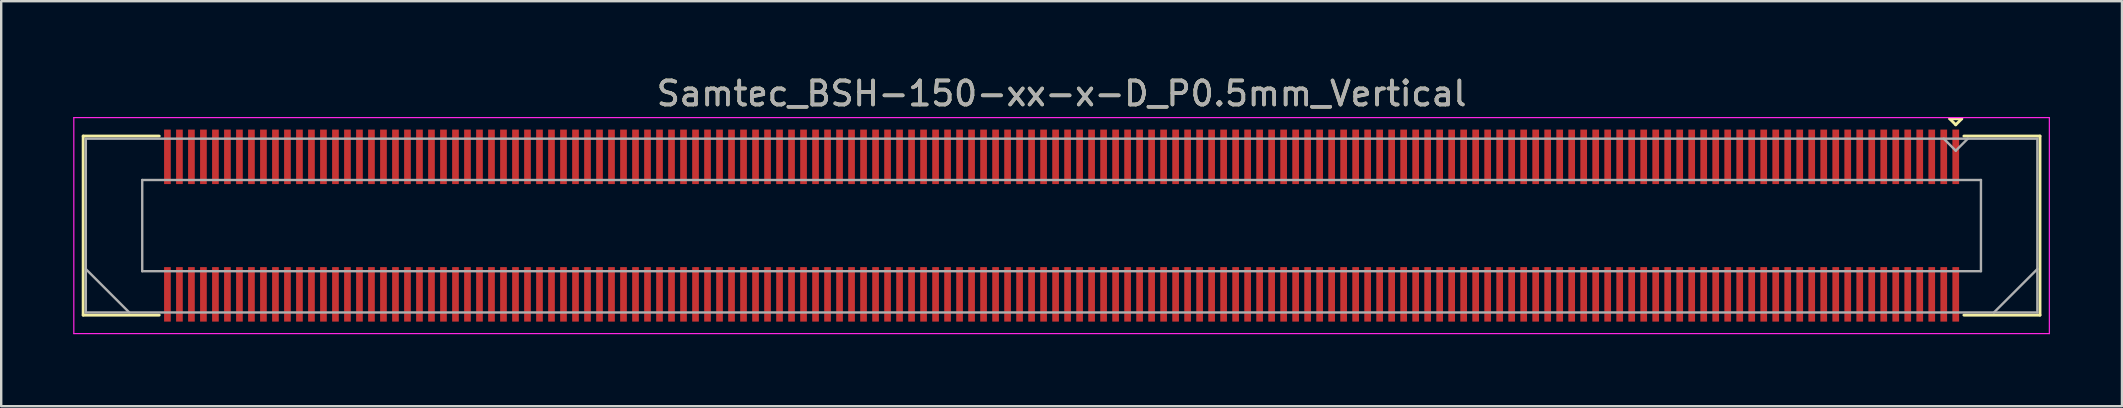
<source format=kicad_pcb>
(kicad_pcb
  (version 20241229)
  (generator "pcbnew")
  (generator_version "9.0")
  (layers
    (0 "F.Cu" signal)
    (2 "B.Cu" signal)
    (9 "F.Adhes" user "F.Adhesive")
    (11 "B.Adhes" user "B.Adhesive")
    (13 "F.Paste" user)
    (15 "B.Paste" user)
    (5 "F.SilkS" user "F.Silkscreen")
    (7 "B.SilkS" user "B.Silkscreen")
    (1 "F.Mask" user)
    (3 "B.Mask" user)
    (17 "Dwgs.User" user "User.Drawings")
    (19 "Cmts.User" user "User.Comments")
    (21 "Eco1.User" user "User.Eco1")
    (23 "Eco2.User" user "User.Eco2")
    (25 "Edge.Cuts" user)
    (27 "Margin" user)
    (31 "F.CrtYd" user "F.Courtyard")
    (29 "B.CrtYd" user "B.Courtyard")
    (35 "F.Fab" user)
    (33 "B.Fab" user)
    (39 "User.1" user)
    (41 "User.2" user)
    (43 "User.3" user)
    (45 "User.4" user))
  (footprint "Samtec_BSH-150-xx-x-D_P0.5mm_Vertical"
    (layer "F.Cu")
    (at 41.175 6.348)
    (property "Reference" "Samtec_BSH-150-xx-x-D_P0.5mm_Vertical" (at 0 -5.5 0) (layer "F.SilkS") (effects (font (size 1 1) (thickness 0.15))))
    (attr smd)
    (fp_line (start -40.76 -3.73) (end -37.59 -3.73) (stroke (width 0.12) (type solid)) (layer "F.SilkS"))
    (fp_line (start -40.76 3.73) (end -40.76 -3.73) (stroke (width 0.12) (type solid)) (layer "F.SilkS"))
    (fp_line (start -37.59 3.73) (end -40.76 3.73) (stroke (width 0.12) (type solid)) (layer "F.SilkS"))
    (fp_line (start 37 -4.45) (end 37.5 -4.45) (stroke (width 0.12) (type solid)) (layer "F.SilkS"))
    (fp_line (start 37.25 -4.2) (end 37 -4.45) (stroke (width 0.12) (type solid)) (layer "F.SilkS"))
    (fp_line (start 37.5 -4.45) (end 37.25 -4.2) (stroke (width 0.12) (type solid)) (layer "F.SilkS"))
    (fp_line (start 37.59 3.73) (end 40.76 3.73) (stroke (width 0.12) (type solid)) (layer "F.SilkS"))
    (fp_line (start 40.76 -3.73) (end 37.59 -3.73) (stroke (width 0.12) (type solid)) (layer "F.SilkS"))
    (fp_line (start 40.76 3.73) (end 40.76 -3.73) (stroke (width 0.12) (type solid)) (layer "F.SilkS"))
    (fp_line (start -41.15 -4.5) (end -41.15 4.5) (stroke (width 0.05) (type solid)) (layer "F.CrtYd"))
    (fp_line (start -41.15 4.5) (end 41.15 4.5) (stroke (width 0.05) (type solid)) (layer "F.CrtYd"))
    (fp_line (start 41.15 -4.5) (end -41.15 -4.5) (stroke (width 0.05) (type solid)) (layer "F.CrtYd"))
    (fp_line (start 41.15 4.5) (end 41.15 -4.5) (stroke (width 0.05) (type solid)) (layer "F.CrtYd"))
    (fp_line (start -40.65 -3.62) (end -40.65 3.62) (stroke (width 0.1) (type solid)) (layer "F.Fab"))
    (fp_line (start -40.65 1.81) (end -38.84 3.62) (stroke (width 0.1) (type solid)) (layer "F.Fab"))
    (fp_line (start -40.65 3.62) (end 40.65 3.62) (stroke (width 0.1) (type solid)) (layer "F.Fab"))
    (fp_line (start -38.3 -1.9) (end -38.3 1.9) (stroke (width 0.1) (type solid)) (layer "F.Fab"))
    (fp_line (start -38.3 1.9) (end 38.3 1.9) (stroke (width 0.1) (type solid)) (layer "F.Fab"))
    (fp_line (start 37.25 -3.12) (end 36.75 -3.62) (stroke (width 0.1) (type solid)) (layer "F.Fab"))
    (fp_line (start 37.75 -3.62) (end 37.25 -3.12) (stroke (width 0.1) (type solid)) (layer "F.Fab"))
    (fp_line (start 38.3 -1.9) (end -38.3 -1.9) (stroke (width 0.1) (type solid)) (layer "F.Fab"))
    (fp_line (start 38.3 1.9) (end 38.3 -1.9) (stroke (width 0.1) (type solid)) (layer "F.Fab"))
    (fp_line (start 40.65 -3.62) (end -40.65 -3.62) (stroke (width 0.1) (type solid)) (layer "F.Fab"))
    (fp_line (start 40.65 1.81) (end 38.84 3.62) (stroke (width 0.1) (type solid)) (layer "F.Fab"))
    (fp_line (start 40.65 3.62) (end 40.65 -3.62) (stroke (width 0.1) (type solid)) (layer "F.Fab"))
    (fp_text user "${REFERENCE}" (at 0 -5.5 0) (layer "F.Fab") (effects (font (size 1 1) (thickness 0.15))))
    (pad "1" smd rect (at 37.25 -2.865) (size 0.279 2.27) (layers "F.Cu" "F.Mask" "F.Paste"))
    (pad "2" smd rect (at 37.25 2.865) (size 0.279 2.27) (layers "F.Cu" "F.Mask" "F.Paste"))
    (pad "3" smd rect (at 36.75 -2.865) (size 0.279 2.27) (layers "F.Cu" "F.Mask" "F.Paste"))
    (pad "4" smd rect (at 36.75 2.865) (size 0.279 2.27) (layers "F.Cu" "F.Mask" "F.Paste"))
    (pad "5" smd rect (at 36.25 -2.865) (size 0.279 2.27) (layers "F.Cu" "F.Mask" "F.Paste"))
    (pad "6" smd rect (at 36.25 2.865) (size 0.279 2.27) (layers "F.Cu" "F.Mask" "F.Paste"))
    (pad "7" smd rect (at 35.75 -2.865) (size 0.279 2.27) (layers "F.Cu" "F.Mask" "F.Paste"))
    (pad "8" smd rect (at 35.75 2.865) (size 0.279 2.27) (layers "F.Cu" "F.Mask" "F.Paste"))
    (pad "9" smd rect (at 35.25 -2.865) (size 0.279 2.27) (layers "F.Cu" "F.Mask" "F.Paste"))
    (pad "10" smd rect (at 35.25 2.865) (size 0.279 2.27) (layers "F.Cu" "F.Mask" "F.Paste"))
    (pad "11" smd rect (at 34.75 -2.865) (size 0.279 2.27) (layers "F.Cu" "F.Mask" "F.Paste"))
    (pad "12" smd rect (at 34.75 2.865) (size 0.279 2.27) (layers "F.Cu" "F.Mask" "F.Paste"))
    (pad "13" smd rect (at 34.25 -2.865) (size 0.279 2.27) (layers "F.Cu" "F.Mask" "F.Paste"))
    (pad "14" smd rect (at 34.25 2.865) (size 0.279 2.27) (layers "F.Cu" "F.Mask" "F.Paste"))
    (pad "15" smd rect (at 33.75 -2.865) (size 0.279 2.27) (layers "F.Cu" "F.Mask" "F.Paste"))
    (pad "16" smd rect (at 33.75 2.865) (size 0.279 2.27) (layers "F.Cu" "F.Mask" "F.Paste"))
    (pad "17" smd rect (at 33.25 -2.865) (size 0.279 2.27) (layers "F.Cu" "F.Mask" "F.Paste"))
    (pad "18" smd rect (at 33.25 2.865) (size 0.279 2.27) (layers "F.Cu" "F.Mask" "F.Paste"))
    (pad "19" smd rect (at 32.75 -2.865) (size 0.279 2.27) (layers "F.Cu" "F.Mask" "F.Paste"))
    (pad "20" smd rect (at 32.75 2.865) (size 0.279 2.27) (layers "F.Cu" "F.Mask" "F.Paste"))
    (pad "21" smd rect (at 32.25 -2.865) (size 0.279 2.27) (layers "F.Cu" "F.Mask" "F.Paste"))
    (pad "22" smd rect (at 32.25 2.865) (size 0.279 2.27) (layers "F.Cu" "F.Mask" "F.Paste"))
    (pad "23" smd rect (at 31.75 -2.865) (size 0.279 2.27) (layers "F.Cu" "F.Mask" "F.Paste"))
    (pad "24" smd rect (at 31.75 2.865) (size 0.279 2.27) (layers "F.Cu" "F.Mask" "F.Paste"))
    (pad "25" smd rect (at 31.25 -2.865) (size 0.279 2.27) (layers "F.Cu" "F.Mask" "F.Paste"))
    (pad "26" smd rect (at 31.25 2.865) (size 0.279 2.27) (layers "F.Cu" "F.Mask" "F.Paste"))
    (pad "27" smd rect (at 30.75 -2.865) (size 0.279 2.27) (layers "F.Cu" "F.Mask" "F.Paste"))
    (pad "28" smd rect (at 30.75 2.865) (size 0.279 2.27) (layers "F.Cu" "F.Mask" "F.Paste"))
    (pad "29" smd rect (at 30.25 -2.865) (size 0.279 2.27) (layers "F.Cu" "F.Mask" "F.Paste"))
    (pad "30" smd rect (at 30.25 2.865) (size 0.279 2.27) (layers "F.Cu" "F.Mask" "F.Paste"))
    (pad "31" smd rect (at 29.75 -2.865) (size 0.279 2.27) (layers "F.Cu" "F.Mask" "F.Paste"))
    (pad "32" smd rect (at 29.75 2.865) (size 0.279 2.27) (layers "F.Cu" "F.Mask" "F.Paste"))
    (pad "33" smd rect (at 29.25 -2.865) (size 0.279 2.27) (layers "F.Cu" "F.Mask" "F.Paste"))
    (pad "34" smd rect (at 29.25 2.865) (size 0.279 2.27) (layers "F.Cu" "F.Mask" "F.Paste"))
    (pad "35" smd rect (at 28.75 -2.865) (size 0.279 2.27) (layers "F.Cu" "F.Mask" "F.Paste"))
    (pad "36" smd rect (at 28.75 2.865) (size 0.279 2.27) (layers "F.Cu" "F.Mask" "F.Paste"))
    (pad "37" smd rect (at 28.25 -2.865) (size 0.279 2.27) (layers "F.Cu" "F.Mask" "F.Paste"))
    (pad "38" smd rect (at 28.25 2.865) (size 0.279 2.27) (layers "F.Cu" "F.Mask" "F.Paste"))
    (pad "39" smd rect (at 27.75 -2.865) (size 0.279 2.27) (layers "F.Cu" "F.Mask" "F.Paste"))
    (pad "40" smd rect (at 27.75 2.865) (size 0.279 2.27) (layers "F.Cu" "F.Mask" "F.Paste"))
    (pad "41" smd rect (at 27.25 -2.865) (size 0.279 2.27) (layers "F.Cu" "F.Mask" "F.Paste"))
    (pad "42" smd rect (at 27.25 2.865) (size 0.279 2.27) (layers "F.Cu" "F.Mask" "F.Paste"))
    (pad "43" smd rect (at 26.75 -2.865) (size 0.279 2.27) (layers "F.Cu" "F.Mask" "F.Paste"))
    (pad "44" smd rect (at 26.75 2.865) (size 0.279 2.27) (layers "F.Cu" "F.Mask" "F.Paste"))
    (pad "45" smd rect (at 26.25 -2.865) (size 0.279 2.27) (layers "F.Cu" "F.Mask" "F.Paste"))
    (pad "46" smd rect (at 26.25 2.865) (size 0.279 2.27) (layers "F.Cu" "F.Mask" "F.Paste"))
    (pad "47" smd rect (at 25.75 -2.865) (size 0.279 2.27) (layers "F.Cu" "F.Mask" "F.Paste"))
    (pad "48" smd rect (at 25.75 2.865) (size 0.279 2.27) (layers "F.Cu" "F.Mask" "F.Paste"))
    (pad "49" smd rect (at 25.25 -2.865) (size 0.279 2.27) (layers "F.Cu" "F.Mask" "F.Paste"))
    (pad "50" smd rect (at 25.25 2.865) (size 0.279 2.27) (layers "F.Cu" "F.Mask" "F.Paste"))
    (pad "51" smd rect (at 24.75 -2.865) (size 0.279 2.27) (layers "F.Cu" "F.Mask" "F.Paste"))
    (pad "52" smd rect (at 24.75 2.865) (size 0.279 2.27) (layers "F.Cu" "F.Mask" "F.Paste"))
    (pad "53" smd rect (at 24.25 -2.865) (size 0.279 2.27) (layers "F.Cu" "F.Mask" "F.Paste"))
    (pad "54" smd rect (at 24.25 2.865) (size 0.279 2.27) (layers "F.Cu" "F.Mask" "F.Paste"))
    (pad "55" smd rect (at 23.75 -2.865) (size 0.279 2.27) (layers "F.Cu" "F.Mask" "F.Paste"))
    (pad "56" smd rect (at 23.75 2.865) (size 0.279 2.27) (layers "F.Cu" "F.Mask" "F.Paste"))
    (pad "57" smd rect (at 23.25 -2.865) (size 0.279 2.27) (layers "F.Cu" "F.Mask" "F.Paste"))
    (pad "58" smd rect (at 23.25 2.865) (size 0.279 2.27) (layers "F.Cu" "F.Mask" "F.Paste"))
    (pad "59" smd rect (at 22.75 -2.865) (size 0.279 2.27) (layers "F.Cu" "F.Mask" "F.Paste"))
    (pad "60" smd rect (at 22.75 2.865) (size 0.279 2.27) (layers "F.Cu" "F.Mask" "F.Paste"))
    (pad "61" smd rect (at 22.25 -2.865) (size 0.279 2.27) (layers "F.Cu" "F.Mask" "F.Paste"))
    (pad "62" smd rect (at 22.25 2.865) (size 0.279 2.27) (layers "F.Cu" "F.Mask" "F.Paste"))
    (pad "63" smd rect (at 21.75 -2.865) (size 0.279 2.27) (layers "F.Cu" "F.Mask" "F.Paste"))
    (pad "64" smd rect (at 21.75 2.865) (size 0.279 2.27) (layers "F.Cu" "F.Mask" "F.Paste"))
    (pad "65" smd rect (at 21.25 -2.865) (size 0.279 2.27) (layers "F.Cu" "F.Mask" "F.Paste"))
    (pad "66" smd rect (at 21.25 2.865) (size 0.279 2.27) (layers "F.Cu" "F.Mask" "F.Paste"))
    (pad "67" smd rect (at 20.75 -2.865) (size 0.279 2.27) (layers "F.Cu" "F.Mask" "F.Paste"))
    (pad "68" smd rect (at 20.75 2.865) (size 0.279 2.27) (layers "F.Cu" "F.Mask" "F.Paste"))
    (pad "69" smd rect (at 20.25 -2.865) (size 0.279 2.27) (layers "F.Cu" "F.Mask" "F.Paste"))
    (pad "70" smd rect (at 20.25 2.865) (size 0.279 2.27) (layers "F.Cu" "F.Mask" "F.Paste"))
    (pad "71" smd rect (at 19.75 -2.865) (size 0.279 2.27) (layers "F.Cu" "F.Mask" "F.Paste"))
    (pad "72" smd rect (at 19.75 2.865) (size 0.279 2.27) (layers "F.Cu" "F.Mask" "F.Paste"))
    (pad "73" smd rect (at 19.25 -2.865) (size 0.279 2.27) (layers "F.Cu" "F.Mask" "F.Paste"))
    (pad "74" smd rect (at 19.25 2.865) (size 0.279 2.27) (layers "F.Cu" "F.Mask" "F.Paste"))
    (pad "75" smd rect (at 18.75 -2.865) (size 0.279 2.27) (layers "F.Cu" "F.Mask" "F.Paste"))
    (pad "76" smd rect (at 18.75 2.865) (size 0.279 2.27) (layers "F.Cu" "F.Mask" "F.Paste"))
    (pad "77" smd rect (at 18.25 -2.865) (size 0.279 2.27) (layers "F.Cu" "F.Mask" "F.Paste"))
    (pad "78" smd rect (at 18.25 2.865) (size 0.279 2.27) (layers "F.Cu" "F.Mask" "F.Paste"))
    (pad "79" smd rect (at 17.75 -2.865) (size 0.279 2.27) (layers "F.Cu" "F.Mask" "F.Paste"))
    (pad "80" smd rect (at 17.75 2.865) (size 0.279 2.27) (layers "F.Cu" "F.Mask" "F.Paste"))
    (pad "81" smd rect (at 17.25 -2.865) (size 0.279 2.27) (layers "F.Cu" "F.Mask" "F.Paste"))
    (pad "82" smd rect (at 17.25 2.865) (size 0.279 2.27) (layers "F.Cu" "F.Mask" "F.Paste"))
    (pad "83" smd rect (at 16.75 -2.865) (size 0.279 2.27) (layers "F.Cu" "F.Mask" "F.Paste"))
    (pad "84" smd rect (at 16.75 2.865) (size 0.279 2.27) (layers "F.Cu" "F.Mask" "F.Paste"))
    (pad "85" smd rect (at 16.25 -2.865) (size 0.279 2.27) (layers "F.Cu" "F.Mask" "F.Paste"))
    (pad "86" smd rect (at 16.25 2.865) (size 0.279 2.27) (layers "F.Cu" "F.Mask" "F.Paste"))
    (pad "87" smd rect (at 15.75 -2.865) (size 0.279 2.27) (layers "F.Cu" "F.Mask" "F.Paste"))
    (pad "88" smd rect (at 15.75 2.865) (size 0.279 2.27) (layers "F.Cu" "F.Mask" "F.Paste"))
    (pad "89" smd rect (at 15.25 -2.865) (size 0.279 2.27) (layers "F.Cu" "F.Mask" "F.Paste"))
    (pad "90" smd rect (at 15.25 2.865) (size 0.279 2.27) (layers "F.Cu" "F.Mask" "F.Paste"))
    (pad "91" smd rect (at 14.75 -2.865) (size 0.279 2.27) (layers "F.Cu" "F.Mask" "F.Paste"))
    (pad "92" smd rect (at 14.75 2.865) (size 0.279 2.27) (layers "F.Cu" "F.Mask" "F.Paste"))
    (pad "93" smd rect (at 14.25 -2.865) (size 0.279 2.27) (layers "F.Cu" "F.Mask" "F.Paste"))
    (pad "94" smd rect (at 14.25 2.865) (size 0.279 2.27) (layers "F.Cu" "F.Mask" "F.Paste"))
    (pad "95" smd rect (at 13.75 -2.865) (size 0.279 2.27) (layers "F.Cu" "F.Mask" "F.Paste"))
    (pad "96" smd rect (at 13.75 2.865) (size 0.279 2.27) (layers "F.Cu" "F.Mask" "F.Paste"))
    (pad "97" smd rect (at 13.25 -2.865) (size 0.279 2.27) (layers "F.Cu" "F.Mask" "F.Paste"))
    (pad "98" smd rect (at 13.25 2.865) (size 0.279 2.27) (layers "F.Cu" "F.Mask" "F.Paste"))
    (pad "99" smd rect (at 12.75 -2.865) (size 0.279 2.27) (layers "F.Cu" "F.Mask" "F.Paste"))
    (pad "100" smd rect (at 12.75 2.865) (size 0.279 2.27) (layers "F.Cu" "F.Mask" "F.Paste"))
    (pad "101" smd rect (at 12.25 -2.865) (size 0.279 2.27) (layers "F.Cu" "F.Mask" "F.Paste"))
    (pad "102" smd rect (at 12.25 2.865) (size 0.279 2.27) (layers "F.Cu" "F.Mask" "F.Paste"))
    (pad "103" smd rect (at 11.75 -2.865) (size 0.279 2.27) (layers "F.Cu" "F.Mask" "F.Paste"))
    (pad "104" smd rect (at 11.75 2.865) (size 0.279 2.27) (layers "F.Cu" "F.Mask" "F.Paste"))
    (pad "105" smd rect (at 11.25 -2.865) (size 0.279 2.27) (layers "F.Cu" "F.Mask" "F.Paste"))
    (pad "106" smd rect (at 11.25 2.865) (size 0.279 2.27) (layers "F.Cu" "F.Mask" "F.Paste"))
    (pad "107" smd rect (at 10.75 -2.865) (size 0.279 2.27) (layers "F.Cu" "F.Mask" "F.Paste"))
    (pad "108" smd rect (at 10.75 2.865) (size 0.279 2.27) (layers "F.Cu" "F.Mask" "F.Paste"))
    (pad "109" smd rect (at 10.25 -2.865) (size 0.279 2.27) (layers "F.Cu" "F.Mask" "F.Paste"))
    (pad "110" smd rect (at 10.25 2.865) (size 0.279 2.27) (layers "F.Cu" "F.Mask" "F.Paste"))
    (pad "111" smd rect (at 9.75 -2.865) (size 0.279 2.27) (layers "F.Cu" "F.Mask" "F.Paste"))
    (pad "112" smd rect (at 9.75 2.865) (size 0.279 2.27) (layers "F.Cu" "F.Mask" "F.Paste"))
    (pad "113" smd rect (at 9.25 -2.865) (size 0.279 2.27) (layers "F.Cu" "F.Mask" "F.Paste"))
    (pad "114" smd rect (at 9.25 2.865) (size 0.279 2.27) (layers "F.Cu" "F.Mask" "F.Paste"))
    (pad "115" smd rect (at 8.75 -2.865) (size 0.279 2.27) (layers "F.Cu" "F.Mask" "F.Paste"))
    (pad "116" smd rect (at 8.75 2.865) (size 0.279 2.27) (layers "F.Cu" "F.Mask" "F.Paste"))
    (pad "117" smd rect (at 8.25 -2.865) (size 0.279 2.27) (layers "F.Cu" "F.Mask" "F.Paste"))
    (pad "118" smd rect (at 8.25 2.865) (size 0.279 2.27) (layers "F.Cu" "F.Mask" "F.Paste"))
    (pad "119" smd rect (at 7.75 -2.865) (size 0.279 2.27) (layers "F.Cu" "F.Mask" "F.Paste"))
    (pad "120" smd rect (at 7.75 2.865) (size 0.279 2.27) (layers "F.Cu" "F.Mask" "F.Paste"))
    (pad "121" smd rect (at 7.25 -2.865) (size 0.279 2.27) (layers "F.Cu" "F.Mask" "F.Paste"))
    (pad "122" smd rect (at 7.25 2.865) (size 0.279 2.27) (layers "F.Cu" "F.Mask" "F.Paste"))
    (pad "123" smd rect (at 6.75 -2.865) (size 0.279 2.27) (layers "F.Cu" "F.Mask" "F.Paste"))
    (pad "124" smd rect (at 6.75 2.865) (size 0.279 2.27) (layers "F.Cu" "F.Mask" "F.Paste"))
    (pad "125" smd rect (at 6.25 -2.865) (size 0.279 2.27) (layers "F.Cu" "F.Mask" "F.Paste"))
    (pad "126" smd rect (at 6.25 2.865) (size 0.279 2.27) (layers "F.Cu" "F.Mask" "F.Paste"))
    (pad "127" smd rect (at 5.75 -2.865) (size 0.279 2.27) (layers "F.Cu" "F.Mask" "F.Paste"))
    (pad "128" smd rect (at 5.75 2.865) (size 0.279 2.27) (layers "F.Cu" "F.Mask" "F.Paste"))
    (pad "129" smd rect (at 5.25 -2.865) (size 0.279 2.27) (layers "F.Cu" "F.Mask" "F.Paste"))
    (pad "130" smd rect (at 5.25 2.865) (size 0.279 2.27) (layers "F.Cu" "F.Mask" "F.Paste"))
    (pad "131" smd rect (at 4.75 -2.865) (size 0.279 2.27) (layers "F.Cu" "F.Mask" "F.Paste"))
    (pad "132" smd rect (at 4.75 2.865) (size 0.279 2.27) (layers "F.Cu" "F.Mask" "F.Paste"))
    (pad "133" smd rect (at 4.25 -2.865) (size 0.279 2.27) (layers "F.Cu" "F.Mask" "F.Paste"))
    (pad "134" smd rect (at 4.25 2.865) (size 0.279 2.27) (layers "F.Cu" "F.Mask" "F.Paste"))
    (pad "135" smd rect (at 3.75 -2.865) (size 0.279 2.27) (layers "F.Cu" "F.Mask" "F.Paste"))
    (pad "136" smd rect (at 3.75 2.865) (size 0.279 2.27) (layers "F.Cu" "F.Mask" "F.Paste"))
    (pad "137" smd rect (at 3.25 -2.865) (size 0.279 2.27) (layers "F.Cu" "F.Mask" "F.Paste"))
    (pad "138" smd rect (at 3.25 2.865) (size 0.279 2.27) (layers "F.Cu" "F.Mask" "F.Paste"))
    (pad "139" smd rect (at 2.75 -2.865) (size 0.279 2.27) (layers "F.Cu" "F.Mask" "F.Paste"))
    (pad "140" smd rect (at 2.75 2.865) (size 0.279 2.27) (layers "F.Cu" "F.Mask" "F.Paste"))
    (pad "141" smd rect (at 2.25 -2.865) (size 0.279 2.27) (layers "F.Cu" "F.Mask" "F.Paste"))
    (pad "142" smd rect (at 2.25 2.865) (size 0.279 2.27) (layers "F.Cu" "F.Mask" "F.Paste"))
    (pad "143" smd rect (at 1.75 -2.865) (size 0.279 2.27) (layers "F.Cu" "F.Mask" "F.Paste"))
    (pad "144" smd rect (at 1.75 2.865) (size 0.279 2.27) (layers "F.Cu" "F.Mask" "F.Paste"))
    (pad "145" smd rect (at 1.25 -2.865) (size 0.279 2.27) (layers "F.Cu" "F.Mask" "F.Paste"))
    (pad "146" smd rect (at 1.25 2.865) (size 0.279 2.27) (layers "F.Cu" "F.Mask" "F.Paste"))
    (pad "147" smd rect (at 0.75 -2.865) (size 0.279 2.27) (layers "F.Cu" "F.Mask" "F.Paste"))
    (pad "148" smd rect (at 0.75 2.865) (size 0.279 2.27) (layers "F.Cu" "F.Mask" "F.Paste"))
    (pad "149" smd rect (at 0.25 -2.865) (size 0.279 2.27) (layers "F.Cu" "F.Mask" "F.Paste"))
    (pad "150" smd rect (at 0.25 2.865) (size 0.279 2.27) (layers "F.Cu" "F.Mask" "F.Paste"))
    (pad "151" smd rect (at -0.25 -2.865) (size 0.279 2.27) (layers "F.Cu" "F.Mask" "F.Paste"))
    (pad "152" smd rect (at -0.25 2.865) (size 0.279 2.27) (layers "F.Cu" "F.Mask" "F.Paste"))
    (pad "153" smd rect (at -0.75 -2.865) (size 0.279 2.27) (layers "F.Cu" "F.Mask" "F.Paste"))
    (pad "154" smd rect (at -0.75 2.865) (size 0.279 2.27) (layers "F.Cu" "F.Mask" "F.Paste"))
    (pad "155" smd rect (at -1.25 -2.865) (size 0.279 2.27) (layers "F.Cu" "F.Mask" "F.Paste"))
    (pad "156" smd rect (at -1.25 2.865) (size 0.279 2.27) (layers "F.Cu" "F.Mask" "F.Paste"))
    (pad "157" smd rect (at -1.75 -2.865) (size 0.279 2.27) (layers "F.Cu" "F.Mask" "F.Paste"))
    (pad "158" smd rect (at -1.75 2.865) (size 0.279 2.27) (layers "F.Cu" "F.Mask" "F.Paste"))
    (pad "159" smd rect (at -2.25 -2.865) (size 0.279 2.27) (layers "F.Cu" "F.Mask" "F.Paste"))
    (pad "160" smd rect (at -2.25 2.865) (size 0.279 2.27) (layers "F.Cu" "F.Mask" "F.Paste"))
    (pad "161" smd rect (at -2.75 -2.865) (size 0.279 2.27) (layers "F.Cu" "F.Mask" "F.Paste"))
    (pad "162" smd rect (at -2.75 2.865) (size 0.279 2.27) (layers "F.Cu" "F.Mask" "F.Paste"))
    (pad "163" smd rect (at -3.25 -2.865) (size 0.279 2.27) (layers "F.Cu" "F.Mask" "F.Paste"))
    (pad "164" smd rect (at -3.25 2.865) (size 0.279 2.27) (layers "F.Cu" "F.Mask" "F.Paste"))
    (pad "165" smd rect (at -3.75 -2.865) (size 0.279 2.27) (layers "F.Cu" "F.Mask" "F.Paste"))
    (pad "166" smd rect (at -3.75 2.865) (size 0.279 2.27) (layers "F.Cu" "F.Mask" "F.Paste"))
    (pad "167" smd rect (at -4.25 -2.865) (size 0.279 2.27) (layers "F.Cu" "F.Mask" "F.Paste"))
    (pad "168" smd rect (at -4.25 2.865) (size 0.279 2.27) (layers "F.Cu" "F.Mask" "F.Paste"))
    (pad "169" smd rect (at -4.75 -2.865) (size 0.279 2.27) (layers "F.Cu" "F.Mask" "F.Paste"))
    (pad "170" smd rect (at -4.75 2.865) (size 0.279 2.27) (layers "F.Cu" "F.Mask" "F.Paste"))
    (pad "171" smd rect (at -5.25 -2.865) (size 0.279 2.27) (layers "F.Cu" "F.Mask" "F.Paste"))
    (pad "172" smd rect (at -5.25 2.865) (size 0.279 2.27) (layers "F.Cu" "F.Mask" "F.Paste"))
    (pad "173" smd rect (at -5.75 -2.865) (size 0.279 2.27) (layers "F.Cu" "F.Mask" "F.Paste"))
    (pad "174" smd rect (at -5.75 2.865) (size 0.279 2.27) (layers "F.Cu" "F.Mask" "F.Paste"))
    (pad "175" smd rect (at -6.25 -2.865) (size 0.279 2.27) (layers "F.Cu" "F.Mask" "F.Paste"))
    (pad "176" smd rect (at -6.25 2.865) (size 0.279 2.27) (layers "F.Cu" "F.Mask" "F.Paste"))
    (pad "177" smd rect (at -6.75 -2.865) (size 0.279 2.27) (layers "F.Cu" "F.Mask" "F.Paste"))
    (pad "178" smd rect (at -6.75 2.865) (size 0.279 2.27) (layers "F.Cu" "F.Mask" "F.Paste"))
    (pad "179" smd rect (at -7.25 -2.865) (size 0.279 2.27) (layers "F.Cu" "F.Mask" "F.Paste"))
    (pad "180" smd rect (at -7.25 2.865) (size 0.279 2.27) (layers "F.Cu" "F.Mask" "F.Paste"))
    (pad "181" smd rect (at -7.75 -2.865) (size 0.279 2.27) (layers "F.Cu" "F.Mask" "F.Paste"))
    (pad "182" smd rect (at -7.75 2.865) (size 0.279 2.27) (layers "F.Cu" "F.Mask" "F.Paste"))
    (pad "183" smd rect (at -8.25 -2.865) (size 0.279 2.27) (layers "F.Cu" "F.Mask" "F.Paste"))
    (pad "184" smd rect (at -8.25 2.865) (size 0.279 2.27) (layers "F.Cu" "F.Mask" "F.Paste"))
    (pad "185" smd rect (at -8.75 -2.865) (size 0.279 2.27) (layers "F.Cu" "F.Mask" "F.Paste"))
    (pad "186" smd rect (at -8.75 2.865) (size 0.279 2.27) (layers "F.Cu" "F.Mask" "F.Paste"))
    (pad "187" smd rect (at -9.25 -2.865) (size 0.279 2.27) (layers "F.Cu" "F.Mask" "F.Paste"))
    (pad "188" smd rect (at -9.25 2.865) (size 0.279 2.27) (layers "F.Cu" "F.Mask" "F.Paste"))
    (pad "189" smd rect (at -9.75 -2.865) (size 0.279 2.27) (layers "F.Cu" "F.Mask" "F.Paste"))
    (pad "190" smd rect (at -9.75 2.865) (size 0.279 2.27) (layers "F.Cu" "F.Mask" "F.Paste"))
    (pad "191" smd rect (at -10.25 -2.865) (size 0.279 2.27) (layers "F.Cu" "F.Mask" "F.Paste"))
    (pad "192" smd rect (at -10.25 2.865) (size 0.279 2.27) (layers "F.Cu" "F.Mask" "F.Paste"))
    (pad "193" smd rect (at -10.75 -2.865) (size 0.279 2.27) (layers "F.Cu" "F.Mask" "F.Paste"))
    (pad "194" smd rect (at -10.75 2.865) (size 0.279 2.27) (layers "F.Cu" "F.Mask" "F.Paste"))
    (pad "195" smd rect (at -11.25 -2.865) (size 0.279 2.27) (layers "F.Cu" "F.Mask" "F.Paste"))
    (pad "196" smd rect (at -11.25 2.865) (size 0.279 2.27) (layers "F.Cu" "F.Mask" "F.Paste"))
    (pad "197" smd rect (at -11.75 -2.865) (size 0.279 2.27) (layers "F.Cu" "F.Mask" "F.Paste"))
    (pad "198" smd rect (at -11.75 2.865) (size 0.279 2.27) (layers "F.Cu" "F.Mask" "F.Paste"))
    (pad "199" smd rect (at -12.25 -2.865) (size 0.279 2.27) (layers "F.Cu" "F.Mask" "F.Paste"))
    (pad "200" smd rect (at -12.25 2.865) (size 0.279 2.27) (layers "F.Cu" "F.Mask" "F.Paste"))
    (pad "201" smd rect (at -12.75 -2.865) (size 0.279 2.27) (layers "F.Cu" "F.Mask" "F.Paste"))
    (pad "202" smd rect (at -12.75 2.865) (size 0.279 2.27) (layers "F.Cu" "F.Mask" "F.Paste"))
    (pad "203" smd rect (at -13.25 -2.865) (size 0.279 2.27) (layers "F.Cu" "F.Mask" "F.Paste"))
    (pad "204" smd rect (at -13.25 2.865) (size 0.279 2.27) (layers "F.Cu" "F.Mask" "F.Paste"))
    (pad "205" smd rect (at -13.75 -2.865) (size 0.279 2.27) (layers "F.Cu" "F.Mask" "F.Paste"))
    (pad "206" smd rect (at -13.75 2.865) (size 0.279 2.27) (layers "F.Cu" "F.Mask" "F.Paste"))
    (pad "207" smd rect (at -14.25 -2.865) (size 0.279 2.27) (layers "F.Cu" "F.Mask" "F.Paste"))
    (pad "208" smd rect (at -14.25 2.865) (size 0.279 2.27) (layers "F.Cu" "F.Mask" "F.Paste"))
    (pad "209" smd rect (at -14.75 -2.865) (size 0.279 2.27) (layers "F.Cu" "F.Mask" "F.Paste"))
    (pad "210" smd rect (at -14.75 2.865) (size 0.279 2.27) (layers "F.Cu" "F.Mask" "F.Paste"))
    (pad "211" smd rect (at -15.25 -2.865) (size 0.279 2.27) (layers "F.Cu" "F.Mask" "F.Paste"))
    (pad "212" smd rect (at -15.25 2.865) (size 0.279 2.27) (layers "F.Cu" "F.Mask" "F.Paste"))
    (pad "213" smd rect (at -15.75 -2.865) (size 0.279 2.27) (layers "F.Cu" "F.Mask" "F.Paste"))
    (pad "214" smd rect (at -15.75 2.865) (size 0.279 2.27) (layers "F.Cu" "F.Mask" "F.Paste"))
    (pad "215" smd rect (at -16.25 -2.865) (size 0.279 2.27) (layers "F.Cu" "F.Mask" "F.Paste"))
    (pad "216" smd rect (at -16.25 2.865) (size 0.279 2.27) (layers "F.Cu" "F.Mask" "F.Paste"))
    (pad "217" smd rect (at -16.75 -2.865) (size 0.279 2.27) (layers "F.Cu" "F.Mask" "F.Paste"))
    (pad "218" smd rect (at -16.75 2.865) (size 0.279 2.27) (layers "F.Cu" "F.Mask" "F.Paste"))
    (pad "219" smd rect (at -17.25 -2.865) (size 0.279 2.27) (layers "F.Cu" "F.Mask" "F.Paste"))
    (pad "220" smd rect (at -17.25 2.865) (size 0.279 2.27) (layers "F.Cu" "F.Mask" "F.Paste"))
    (pad "221" smd rect (at -17.75 -2.865) (size 0.279 2.27) (layers "F.Cu" "F.Mask" "F.Paste"))
    (pad "222" smd rect (at -17.75 2.865) (size 0.279 2.27) (layers "F.Cu" "F.Mask" "F.Paste"))
    (pad "223" smd rect (at -18.25 -2.865) (size 0.279 2.27) (layers "F.Cu" "F.Mask" "F.Paste"))
    (pad "224" smd rect (at -18.25 2.865) (size 0.279 2.27) (layers "F.Cu" "F.Mask" "F.Paste"))
    (pad "225" smd rect (at -18.75 -2.865) (size 0.279 2.27) (layers "F.Cu" "F.Mask" "F.Paste"))
    (pad "226" smd rect (at -18.75 2.865) (size 0.279 2.27) (layers "F.Cu" "F.Mask" "F.Paste"))
    (pad "227" smd rect (at -19.25 -2.865) (size 0.279 2.27) (layers "F.Cu" "F.Mask" "F.Paste"))
    (pad "228" smd rect (at -19.25 2.865) (size 0.279 2.27) (layers "F.Cu" "F.Mask" "F.Paste"))
    (pad "229" smd rect (at -19.75 -2.865) (size 0.279 2.27) (layers "F.Cu" "F.Mask" "F.Paste"))
    (pad "230" smd rect (at -19.75 2.865) (size 0.279 2.27) (layers "F.Cu" "F.Mask" "F.Paste"))
    (pad "231" smd rect (at -20.25 -2.865) (size 0.279 2.27) (layers "F.Cu" "F.Mask" "F.Paste"))
    (pad "232" smd rect (at -20.25 2.865) (size 0.279 2.27) (layers "F.Cu" "F.Mask" "F.Paste"))
    (pad "233" smd rect (at -20.75 -2.865) (size 0.279 2.27) (layers "F.Cu" "F.Mask" "F.Paste"))
    (pad "234" smd rect (at -20.75 2.865) (size 0.279 2.27) (layers "F.Cu" "F.Mask" "F.Paste"))
    (pad "235" smd rect (at -21.25 -2.865) (size 0.279 2.27) (layers "F.Cu" "F.Mask" "F.Paste"))
    (pad "236" smd rect (at -21.25 2.865) (size 0.279 2.27) (layers "F.Cu" "F.Mask" "F.Paste"))
    (pad "237" smd rect (at -21.75 -2.865) (size 0.279 2.27) (layers "F.Cu" "F.Mask" "F.Paste"))
    (pad "238" smd rect (at -21.75 2.865) (size 0.279 2.27) (layers "F.Cu" "F.Mask" "F.Paste"))
    (pad "239" smd rect (at -22.25 -2.865) (size 0.279 2.27) (layers "F.Cu" "F.Mask" "F.Paste"))
    (pad "240" smd rect (at -22.25 2.865) (size 0.279 2.27) (layers "F.Cu" "F.Mask" "F.Paste"))
    (pad "241" smd rect (at -22.75 -2.865) (size 0.279 2.27) (layers "F.Cu" "F.Mask" "F.Paste"))
    (pad "242" smd rect (at -22.75 2.865) (size 0.279 2.27) (layers "F.Cu" "F.Mask" "F.Paste"))
    (pad "243" smd rect (at -23.25 -2.865) (size 0.279 2.27) (layers "F.Cu" "F.Mask" "F.Paste"))
    (pad "244" smd rect (at -23.25 2.865) (size 0.279 2.27) (layers "F.Cu" "F.Mask" "F.Paste"))
    (pad "245" smd rect (at -23.75 -2.865) (size 0.279 2.27) (layers "F.Cu" "F.Mask" "F.Paste"))
    (pad "246" smd rect (at -23.75 2.865) (size 0.279 2.27) (layers "F.Cu" "F.Mask" "F.Paste"))
    (pad "247" smd rect (at -24.25 -2.865) (size 0.279 2.27) (layers "F.Cu" "F.Mask" "F.Paste"))
    (pad "248" smd rect (at -24.25 2.865) (size 0.279 2.27) (layers "F.Cu" "F.Mask" "F.Paste"))
    (pad "249" smd rect (at -24.75 -2.865) (size 0.279 2.27) (layers "F.Cu" "F.Mask" "F.Paste"))
    (pad "250" smd rect (at -24.75 2.865) (size 0.279 2.27) (layers "F.Cu" "F.Mask" "F.Paste"))
    (pad "251" smd rect (at -25.25 -2.865) (size 0.279 2.27) (layers "F.Cu" "F.Mask" "F.Paste"))
    (pad "252" smd rect (at -25.25 2.865) (size 0.279 2.27) (layers "F.Cu" "F.Mask" "F.Paste"))
    (pad "253" smd rect (at -25.75 -2.865) (size 0.279 2.27) (layers "F.Cu" "F.Mask" "F.Paste"))
    (pad "254" smd rect (at -25.75 2.865) (size 0.279 2.27) (layers "F.Cu" "F.Mask" "F.Paste"))
    (pad "255" smd rect (at -26.25 -2.865) (size 0.279 2.27) (layers "F.Cu" "F.Mask" "F.Paste"))
    (pad "256" smd rect (at -26.25 2.865) (size 0.279 2.27) (layers "F.Cu" "F.Mask" "F.Paste"))
    (pad "257" smd rect (at -26.75 -2.865) (size 0.279 2.27) (layers "F.Cu" "F.Mask" "F.Paste"))
    (pad "258" smd rect (at -26.75 2.865) (size 0.279 2.27) (layers "F.Cu" "F.Mask" "F.Paste"))
    (pad "259" smd rect (at -27.25 -2.865) (size 0.279 2.27) (layers "F.Cu" "F.Mask" "F.Paste"))
    (pad "260" smd rect (at -27.25 2.865) (size 0.279 2.27) (layers "F.Cu" "F.Mask" "F.Paste"))
    (pad "261" smd rect (at -27.75 -2.865) (size 0.279 2.27) (layers "F.Cu" "F.Mask" "F.Paste"))
    (pad "262" smd rect (at -27.75 2.865) (size 0.279 2.27) (layers "F.Cu" "F.Mask" "F.Paste"))
    (pad "263" smd rect (at -28.25 -2.865) (size 0.279 2.27) (layers "F.Cu" "F.Mask" "F.Paste"))
    (pad "264" smd rect (at -28.25 2.865) (size 0.279 2.27) (layers "F.Cu" "F.Mask" "F.Paste"))
    (pad "265" smd rect (at -28.75 -2.865) (size 0.279 2.27) (layers "F.Cu" "F.Mask" "F.Paste"))
    (pad "266" smd rect (at -28.75 2.865) (size 0.279 2.27) (layers "F.Cu" "F.Mask" "F.Paste"))
    (pad "267" smd rect (at -29.25 -2.865) (size 0.279 2.27) (layers "F.Cu" "F.Mask" "F.Paste"))
    (pad "268" smd rect (at -29.25 2.865) (size 0.279 2.27) (layers "F.Cu" "F.Mask" "F.Paste"))
    (pad "269" smd rect (at -29.75 -2.865) (size 0.279 2.27) (layers "F.Cu" "F.Mask" "F.Paste"))
    (pad "270" smd rect (at -29.75 2.865) (size 0.279 2.27) (layers "F.Cu" "F.Mask" "F.Paste"))
    (pad "271" smd rect (at -30.25 -2.865) (size 0.279 2.27) (layers "F.Cu" "F.Mask" "F.Paste"))
    (pad "272" smd rect (at -30.25 2.865) (size 0.279 2.27) (layers "F.Cu" "F.Mask" "F.Paste"))
    (pad "273" smd rect (at -30.75 -2.865) (size 0.279 2.27) (layers "F.Cu" "F.Mask" "F.Paste"))
    (pad "274" smd rect (at -30.75 2.865) (size 0.279 2.27) (layers "F.Cu" "F.Mask" "F.Paste"))
    (pad "275" smd rect (at -31.25 -2.865) (size 0.279 2.27) (layers "F.Cu" "F.Mask" "F.Paste"))
    (pad "276" smd rect (at -31.25 2.865) (size 0.279 2.27) (layers "F.Cu" "F.Mask" "F.Paste"))
    (pad "277" smd rect (at -31.75 -2.865) (size 0.279 2.27) (layers "F.Cu" "F.Mask" "F.Paste"))
    (pad "278" smd rect (at -31.75 2.865) (size 0.279 2.27) (layers "F.Cu" "F.Mask" "F.Paste"))
    (pad "279" smd rect (at -32.25 -2.865) (size 0.279 2.27) (layers "F.Cu" "F.Mask" "F.Paste"))
    (pad "280" smd rect (at -32.25 2.865) (size 0.279 2.27) (layers "F.Cu" "F.Mask" "F.Paste"))
    (pad "281" smd rect (at -32.75 -2.865) (size 0.279 2.27) (layers "F.Cu" "F.Mask" "F.Paste"))
    (pad "282" smd rect (at -32.75 2.865) (size 0.279 2.27) (layers "F.Cu" "F.Mask" "F.Paste"))
    (pad "283" smd rect (at -33.25 -2.865) (size 0.279 2.27) (layers "F.Cu" "F.Mask" "F.Paste"))
    (pad "284" smd rect (at -33.25 2.865) (size 0.279 2.27) (layers "F.Cu" "F.Mask" "F.Paste"))
    (pad "285" smd rect (at -33.75 -2.865) (size 0.279 2.27) (layers "F.Cu" "F.Mask" "F.Paste"))
    (pad "286" smd rect (at -33.75 2.865) (size 0.279 2.27) (layers "F.Cu" "F.Mask" "F.Paste"))
    (pad "287" smd rect (at -34.25 -2.865) (size 0.279 2.27) (layers "F.Cu" "F.Mask" "F.Paste"))
    (pad "288" smd rect (at -34.25 2.865) (size 0.279 2.27) (layers "F.Cu" "F.Mask" "F.Paste"))
    (pad "289" smd rect (at -34.75 -2.865) (size 0.279 2.27) (layers "F.Cu" "F.Mask" "F.Paste"))
    (pad "290" smd rect (at -34.75 2.865) (size 0.279 2.27) (layers "F.Cu" "F.Mask" "F.Paste"))
    (pad "291" smd rect (at -35.25 -2.865) (size 0.279 2.27) (layers "F.Cu" "F.Mask" "F.Paste"))
    (pad "292" smd rect (at -35.25 2.865) (size 0.279 2.27) (layers "F.Cu" "F.Mask" "F.Paste"))
    (pad "293" smd rect (at -35.75 -2.865) (size 0.279 2.27) (layers "F.Cu" "F.Mask" "F.Paste"))
    (pad "294" smd rect (at -35.75 2.865) (size 0.279 2.27) (layers "F.Cu" "F.Mask" "F.Paste"))
    (pad "295" smd rect (at -36.25 -2.865) (size 0.279 2.27) (layers "F.Cu" "F.Mask" "F.Paste"))
    (pad "296" smd rect (at -36.25 2.865) (size 0.279 2.27) (layers "F.Cu" "F.Mask" "F.Paste"))
    (pad "297" smd rect (at -36.75 -2.865) (size 0.279 2.27) (layers "F.Cu" "F.Mask" "F.Paste"))
    (pad "298" smd rect (at -36.75 2.865) (size 0.279 2.27) (layers "F.Cu" "F.Mask" "F.Paste"))
    (pad "299" smd rect (at -37.25 -2.865) (size 0.279 2.27) (layers "F.Cu" "F.Mask" "F.Paste"))
    (pad "300" smd rect (at -37.25 2.865) (size 0.279 2.27) (layers "F.Cu" "F.Mask" "F.Paste")))
  (gr_rect
    (start -3 -3)
    (end 85.35 13.873)
    (stroke (width 0.1) (type default))
    (fill no)
    (layer "Edge.Cuts")))
</source>
